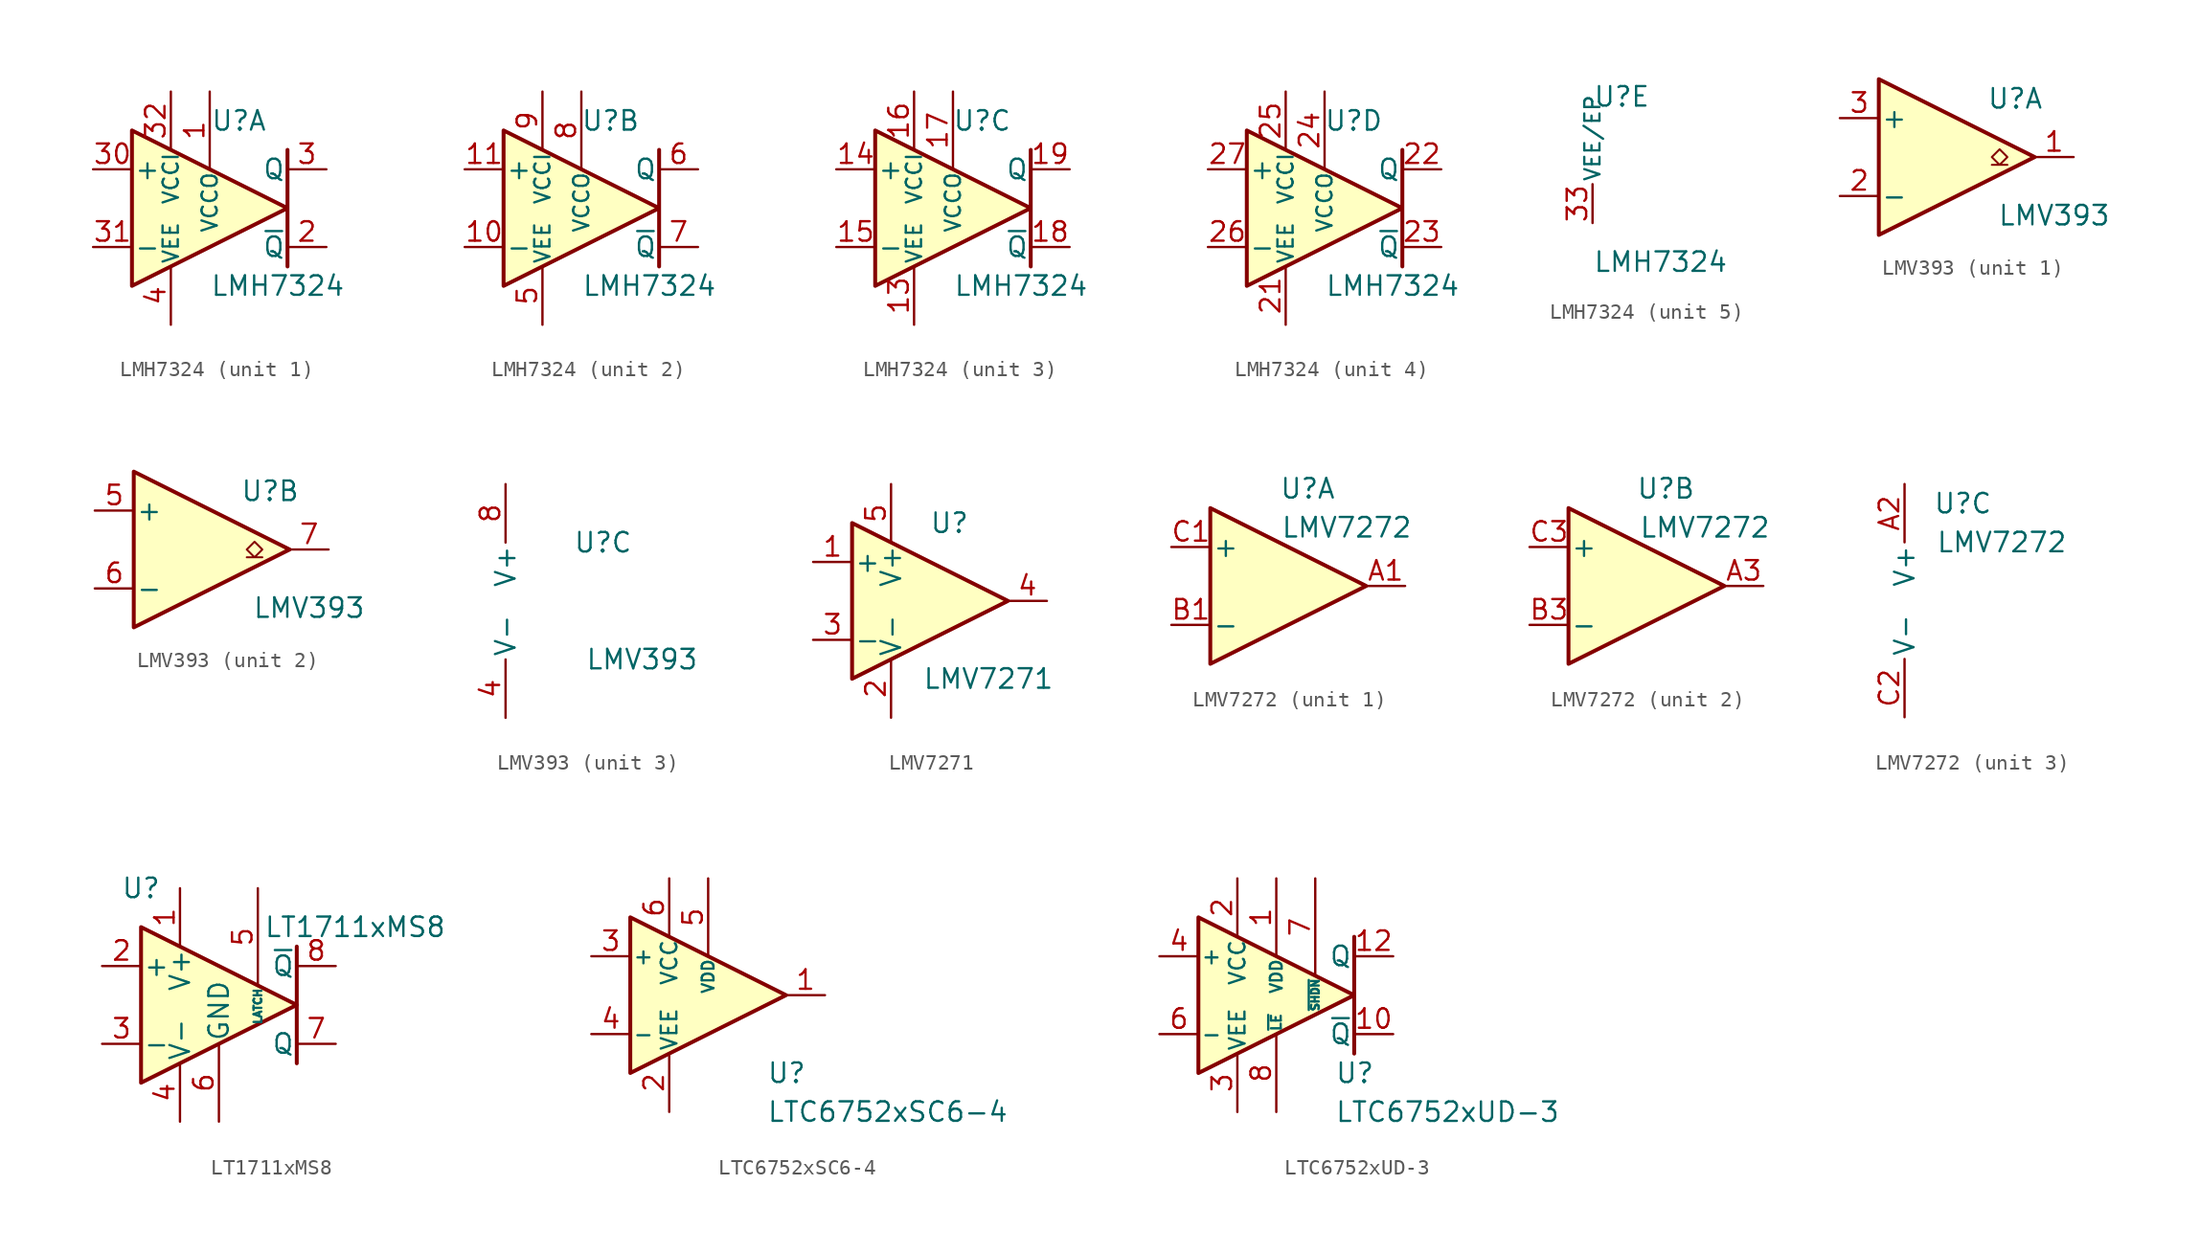
<source format=kicad_sym>
(kicad_symbol_lib
  (version 20211014)
  (generator kicad_symbol_editor)
  (symbol "LMH7324"
    (pin_names
      (offset 0.127))
    (property "Reference" "U"
      (at 1.905 5.715 0)
      (effects (font (size 1.27 1.27))))
    (property "Value" "LMH7324"
      (at 4.445 -5.08 0)
      (effects (font (size 1.27 1.27))))
    (property "ki_locked" ""
      (at 0 0 0)
      (effects (font (size 1.27 1.27))))
    (symbol "LMH7324_1_1"
      (polyline (pts (xy 5.08 3.81) (xy 5.08 0) (xy -5.08 5.08) (xy -5.08 -5.08) (xy 5.08 0) (xy 5.08 -3.81)) (stroke (width 0.254) (type default) (color 0 0 0 0)) (fill (type background)))
      (pin power_in line (at 0 7.62 270) (length 5.08) (name "VCCO" (effects (font (size 0.991 0.991)))) (number "1" (effects (font (size 1.27 1.27)))))
      (pin output line (at 7.62 -2.54 180) (length 2.54) (name "~{Q}" (effects (font (size 1.27 1.27)))) (number "2" (effects (font (size 1.27 1.27)))))
      (pin passive line (at -2.54 -7.62 90) (length 3.81) hide (name "VEE" (effects (font (size 0.991 0.991)))) (number "29" (effects (font (size 1.27 1.27)))))
      (pin output line (at 7.62 2.54 180) (length 2.54) (name "Q" (effects (font (size 1.27 1.27)))) (number "3" (effects (font (size 1.27 1.27)))))
      (pin input line (at -7.62 2.54 0) (length 2.54) (name "+" (effects (font (size 1.27 1.27)))) (number "30" (effects (font (size 1.27 1.27)))))
      (pin input line (at -7.62 -2.54 0) (length 2.54) (name "-" (effects (font (size 1.27 1.27)))) (number "31" (effects (font (size 1.27 1.27)))))
      (pin power_in line (at -2.54 7.62 270) (length 3.81) (name "VCCI" (effects (font (size 0.991 0.991)))) (number "32" (effects (font (size 1.27 1.27)))))
      (pin power_in line (at -2.54 -7.62 90) (length 3.81) (name "VEE" (effects (font (size 0.991 0.991)))) (number "4" (effects (font (size 1.27 1.27))))))
    (symbol "LMH7324_2_1"
      (polyline (pts (xy 5.08 3.81) (xy 5.08 0) (xy -5.08 5.08) (xy -5.08 -5.08) (xy 5.08 0) (xy 5.08 -3.81)) (stroke (width 0.254) (type default) (color 0 0 0 0)) (fill (type background)))
      (pin input line (at -7.62 -2.54 0) (length 2.54) (name "-" (effects (font (size 1.27 1.27)))) (number "10" (effects (font (size 1.27 1.27)))))
      (pin input line (at -7.62 2.54 0) (length 2.54) (name "+" (effects (font (size 1.27 1.27)))) (number "11" (effects (font (size 1.27 1.27)))))
      (pin passive line (at -2.54 -7.62 90) (length 3.81) hide (name "VEE" (effects (font (size 0.991 0.991)))) (number "12" (effects (font (size 1.27 1.27)))))
      (pin power_in line (at -2.54 -7.62 90) (length 3.81) (name "VEE" (effects (font (size 0.991 0.991)))) (number "5" (effects (font (size 1.27 1.27)))))
      (pin output line (at 7.62 2.54 180) (length 2.54) (name "Q" (effects (font (size 1.27 1.27)))) (number "6" (effects (font (size 1.27 1.27)))))
      (pin output line (at 7.62 -2.54 180) (length 2.54) (name "~{Q}" (effects (font (size 1.27 1.27)))) (number "7" (effects (font (size 1.27 1.27)))))
      (pin power_in line (at 0 7.62 270) (length 5.08) (name "VCCO" (effects (font (size 0.991 0.991)))) (number "8" (effects (font (size 1.27 1.27)))))
      (pin power_in line (at -2.54 7.62 270) (length 3.81) (name "VCCI" (effects (font (size 0.991 0.991)))) (number "9" (effects (font (size 1.27 1.27))))))
    (symbol "LMH7324_3_1"
      (polyline (pts (xy 5.08 3.81) (xy 5.08 0) (xy -5.08 5.08) (xy -5.08 -5.08) (xy 5.08 0) (xy 5.08 -3.81)) (stroke (width 0.254) (type default) (color 0 0 0 0)) (fill (type background)))
      (pin power_in line (at -2.54 -7.62 90) (length 3.81) (name "VEE" (effects (font (size 0.991 0.991)))) (number "13" (effects (font (size 1.27 1.27)))))
      (pin input line (at -7.62 2.54 0) (length 2.54) (name "+" (effects (font (size 1.27 1.27)))) (number "14" (effects (font (size 1.27 1.27)))))
      (pin input line (at -7.62 -2.54 0) (length 2.54) (name "-" (effects (font (size 1.27 1.27)))) (number "15" (effects (font (size 1.27 1.27)))))
      (pin power_in line (at -2.54 7.62 270) (length 3.81) (name "VCCI" (effects (font (size 0.991 0.991)))) (number "16" (effects (font (size 1.27 1.27)))))
      (pin power_in line (at 0 7.62 270) (length 5.08) (name "VCCO" (effects (font (size 0.991 0.991)))) (number "17" (effects (font (size 1.27 1.27)))))
      (pin output line (at 7.62 -2.54 180) (length 2.54) (name "~{Q}" (effects (font (size 1.27 1.27)))) (number "18" (effects (font (size 1.27 1.27)))))
      (pin output line (at 7.62 2.54 180) (length 2.54) (name "Q" (effects (font (size 1.27 1.27)))) (number "19" (effects (font (size 1.27 1.27)))))
      (pin passive line (at -2.54 -7.62 90) (length 3.81) hide (name "VEE" (effects (font (size 0.991 0.991)))) (number "20" (effects (font (size 1.27 1.27))))))
    (symbol "LMH7324_4_1"
      (polyline (pts (xy 5.08 3.81) (xy 5.08 0) (xy -5.08 5.08) (xy -5.08 -5.08) (xy 5.08 0) (xy 5.08 -3.81)) (stroke (width 0.254) (type default) (color 0 0 0 0)) (fill (type background)))
      (pin power_in line (at -2.54 -7.62 90) (length 3.81) (name "VEE" (effects (font (size 0.991 0.991)))) (number "21" (effects (font (size 1.27 1.27)))))
      (pin output line (at 7.62 2.54 180) (length 2.54) (name "Q" (effects (font (size 1.27 1.27)))) (number "22" (effects (font (size 1.27 1.27)))))
      (pin output line (at 7.62 -2.54 180) (length 2.54) (name "~{Q}" (effects (font (size 1.27 1.27)))) (number "23" (effects (font (size 1.27 1.27)))))
      (pin power_in line (at 0 7.62 270) (length 5.08) (name "VCCO" (effects (font (size 0.991 0.991)))) (number "24" (effects (font (size 1.27 1.27)))))
      (pin power_in line (at -2.54 7.62 270) (length 3.81) (name "VCCI" (effects (font (size 0.991 0.991)))) (number "25" (effects (font (size 1.27 1.27)))))
      (pin input line (at -7.62 -2.54 0) (length 2.54) (name "-" (effects (font (size 1.27 1.27)))) (number "26" (effects (font (size 1.27 1.27)))))
      (pin input line (at -7.62 2.54 0) (length 2.54) (name "+" (effects (font (size 1.27 1.27)))) (number "27" (effects (font (size 1.27 1.27)))))
      (pin passive line (at -2.54 -7.62 90) (length 3.81) hide (name "VEE" (effects (font (size 0.991 0.991)))) (number "28" (effects (font (size 1.27 1.27))))))
    (symbol "LMH7324_5_1"
      (pin power_in line (at 0 -2.54 90) (length 2.54) (name "VEE/EP" (effects (font (size 0.991 0.991)))) (number "33" (effects (font (size 1.27 1.27)))))))
  (symbol "LMV393"
    (pin_names
      (offset 0.127))
    (property "Reference" "U"
      (at 3.81 3.81 0)
      (effects (font (size 1.27 1.27))))
    (property "Value" "LMV393"
      (at 6.35 -3.81 0)
      (effects (font (size 1.27 1.27))))
    (property "ki_locked" ""
      (at 0 0 0)
      (effects (font (size 1.27 1.27))))
    (symbol "LMV393_1_1"
      (polyline (pts (xy -5.08 5.08) (xy 5.08 0) (xy -5.08 -5.08) (xy -5.08 5.08)) (stroke (width 0.254) (type default) (color 0 0 0 0)) (fill (type background)))
      (polyline (pts (xy 3.302 -0.508) (xy 2.794 -0.508) (xy 3.302 0) (xy 2.794 0.508) (xy 2.286 0) (xy 2.794 -0.508) (xy 2.286 -0.508)) (stroke (width 0.127) (type default) (color 0 0 0 0)) (fill (type none)))
      (pin open_collector line (at 7.62 0 180) (length 2.54) (name "~" (effects (font (size 1.27 1.27)))) (number "1" (effects (font (size 1.27 1.27)))))
      (pin input line (at -7.62 -2.54 0) (length 2.54) (name "-" (effects (font (size 1.27 1.27)))) (number "2" (effects (font (size 1.27 1.27)))))
      (pin input line (at -7.62 2.54 0) (length 2.54) (name "+" (effects (font (size 1.27 1.27)))) (number "3" (effects (font (size 1.27 1.27))))))
    (symbol "LMV393_2_1"
      (polyline (pts (xy -5.08 5.08) (xy 5.08 0) (xy -5.08 -5.08) (xy -5.08 5.08)) (stroke (width 0.254) (type default) (color 0 0 0 0)) (fill (type background)))
      (polyline (pts (xy 3.302 -0.508) (xy 2.794 -0.508) (xy 3.302 0) (xy 2.794 0.508) (xy 2.286 0) (xy 2.794 -0.508) (xy 2.286 -0.508)) (stroke (width 0.127) (type default) (color 0 0 0 0)) (fill (type none)))
      (pin input line (at -7.62 2.54 0) (length 2.54) (name "+" (effects (font (size 1.27 1.27)))) (number "5" (effects (font (size 1.27 1.27)))))
      (pin input line (at -7.62 -2.54 0) (length 2.54) (name "-" (effects (font (size 1.27 1.27)))) (number "6" (effects (font (size 1.27 1.27)))))
      (pin open_collector line (at 7.62 0 180) (length 2.54) (name "~" (effects (font (size 1.27 1.27)))) (number "7" (effects (font (size 1.27 1.27))))))
    (symbol "LMV393_3_1"
      (pin power_in line (at -2.54 -7.62 90) (length 3.81) (name "V-" (effects (font (size 1.27 1.27)))) (number "4" (effects (font (size 1.27 1.27)))))
      (pin power_in line (at -2.54 7.62 270) (length 3.81) (name "V+" (effects (font (size 1.27 1.27)))) (number "8" (effects (font (size 1.27 1.27)))))))
  (symbol "LMV7271"
    (pin_names
      (offset 0.127))
    (property "Reference" "U"
      (at 1.27 5.08 0)
      (effects (font (size 1.27 1.27))))
    (property "Value" "LMV7271"
      (at 3.81 -5.08 0)
      (effects (font (size 1.27 1.27))))
    (symbol "LMV7271_0_1"
      (polyline (pts (xy -5.08 5.08) (xy 5.08 0) (xy -5.08 -5.08) (xy -5.08 5.08)) (stroke (width 0.254) (type default) (color 0 0 0 0)) (fill (type background))))
    (symbol "LMV7271_1_1"
      (pin input line (at -7.62 2.54 0) (length 2.54) (name "+" (effects (font (size 1.27 1.27)))) (number "1" (effects (font (size 1.27 1.27)))))
      (pin power_in line (at -2.54 -7.62 90) (length 3.81) (name "V-" (effects (font (size 1.27 1.27)))) (number "2" (effects (font (size 1.27 1.27)))))
      (pin input line (at -7.62 -2.54 0) (length 2.54) (name "-" (effects (font (size 1.27 1.27)))) (number "3" (effects (font (size 1.27 1.27)))))
      (pin output line (at 7.62 0 180) (length 2.54) (name "~" (effects (font (size 1.27 1.27)))) (number "4" (effects (font (size 1.27 1.27)))))
      (pin power_in line (at -2.54 7.62 270) (length 3.81) (name "V+" (effects (font (size 1.27 1.27)))) (number "5" (effects (font (size 1.27 1.27)))))))
  (symbol "LMV7272"
    (pin_names
      (offset 0.127))
    (property "Reference" "U"
      (at 1.27 6.35 0)
      (effects (font (size 1.27 1.27))))
    (property "Value" "LMV7272"
      (at 3.81 3.81 0)
      (effects (font (size 1.27 1.27))))
    (property "ki_locked" ""
      (at 0 0 0)
      (effects (font (size 1.27 1.27))))
    (symbol "LMV7272_1_1"
      (polyline (pts (xy -5.08 5.08) (xy 5.08 0) (xy -5.08 -5.08) (xy -5.08 5.08)) (stroke (width 0.254) (type default) (color 0 0 0 0)) (fill (type background)))
      (pin output line (at 7.62 0 180) (length 2.54) (name "~" (effects (font (size 1.27 1.27)))) (number "A1" (effects (font (size 1.27 1.27)))))
      (pin input line (at -7.62 -2.54 0) (length 2.54) (name "-" (effects (font (size 1.27 1.27)))) (number "B1" (effects (font (size 1.27 1.27)))))
      (pin input line (at -7.62 2.54 0) (length 2.54) (name "+" (effects (font (size 1.27 1.27)))) (number "C1" (effects (font (size 1.27 1.27))))))
    (symbol "LMV7272_2_1"
      (polyline (pts (xy -5.08 2.54) (xy -5.08 5.08) (xy 5.08 0) (xy -5.08 -5.08) (xy -5.08 2.54)) (stroke (width 0.254) (type default) (color 0 0 0 0)) (fill (type background)))
      (pin output line (at 7.62 0 180) (length 2.54) (name "~" (effects (font (size 1.27 1.27)))) (number "A3" (effects (font (size 1.27 1.27)))))
      (pin input line (at -7.62 -2.54 0) (length 2.54) (name "-" (effects (font (size 1.27 1.27)))) (number "B3" (effects (font (size 1.27 1.27)))))
      (pin input line (at -7.62 2.54 0) (length 2.54) (name "+" (effects (font (size 1.27 1.27)))) (number "C3" (effects (font (size 1.27 1.27))))))
    (symbol "LMV7272_3_1"
      (pin power_in line (at -2.54 7.62 270) (length 3.81) (name "V+" (effects (font (size 1.27 1.27)))) (number "A2" (effects (font (size 1.27 1.27)))))
      (pin power_in line (at -2.54 -7.62 90) (length 3.81) (name "V-" (effects (font (size 1.27 1.27)))) (number "C2" (effects (font (size 1.27 1.27)))))))
  (symbol "LT1711xMS8"
    (pin_names
      (offset 0.127))
    (property "Reference" "U"
      (at -5.08 7.62 0)
      (effects (font (size 1.27 1.27))))
    (property "Value" "LT1711xMS8"
      (at 8.89 5.08 0)
      (effects (font (size 1.27 1.27))))
    (symbol "LT1711xMS8_0_1"
      (polyline (pts (xy 5.08 3.81) (xy 5.08 -3.81)) (stroke (width 0.254) (type default) (color 0 0 0 0)) (fill (type none)))
      (polyline (pts (xy -5.08 5.08) (xy 5.08 0) (xy -5.08 -5.08) (xy -5.08 5.08)) (stroke (width 0.254) (type default) (color 0 0 0 0)) (fill (type background))))
    (symbol "LT1711xMS8_1_1"
      (pin power_in line (at -2.54 7.62 270) (length 3.81) (name "V+" (effects (font (size 1.27 1.27)))) (number "1" (effects (font (size 1.27 1.27)))))
      (pin input line (at -7.62 2.54 0) (length 2.54) (name "+" (effects (font (size 1.27 1.27)))) (number "2" (effects (font (size 1.27 1.27)))))
      (pin input line (at -7.62 -2.54 0) (length 2.54) (name "-" (effects (font (size 1.27 1.27)))) (number "3" (effects (font (size 1.27 1.27)))))
      (pin power_in line (at -2.54 -7.62 90) (length 3.81) (name "V-" (effects (font (size 1.27 1.27)))) (number "4" (effects (font (size 1.27 1.27)))))
      (pin input line (at 2.54 7.62 270) (length 6.35) (name "LATCH" (effects (font (size 0.508 0.508)))) (number "5" (effects (font (size 1.27 1.27)))))
      (pin power_in line (at 0 -7.62 90) (length 5.08) (name "GND" (effects (font (size 1.27 1.27)))) (number "6" (effects (font (size 1.27 1.27)))))
      (pin output line (at 7.62 -2.54 180) (length 2.54) (name "Q" (effects (font (size 1.27 1.27)))) (number "7" (effects (font (size 1.27 1.27)))))
      (pin output line (at 7.62 2.54 180) (length 2.54) (name "~{Q}" (effects (font (size 1.27 1.27)))) (number "8" (effects (font (size 1.27 1.27)))))))
  (symbol "LTC6752xSC6-4"
    (pin_names
      (offset 0.127))
    (property "Reference" "U"
      (at 3.81 -5.08 0)
      (effects (font (size 1.27 1.27)) (justify left)))
    (property "Value" "LTC6752xSC6-4"
      (at 3.81 -7.62 0)
      (effects (font (size 1.27 1.27)) (justify left)))
    (symbol "LTC6752xSC6-4_1_1"
      (polyline (pts (xy -5.08 5.08) (xy 5.08 0) (xy -5.08 -5.08) (xy -5.08 5.08)) (stroke (width 0.254) (type default) (color 0 0 0 0)) (fill (type background)))
      (pin output line (at 7.62 0 180) (length 2.54) (name "~" (effects (font (size 1.27 1.27)))) (number "1" (effects (font (size 1.27 1.27)))))
      (pin power_in line (at -2.54 -7.62 90) (length 3.81) (name "VEE" (effects (font (size 1.016 1.016)))) (number "2" (effects (font (size 1.27 1.27)))))
      (pin input line (at -7.62 2.54 0) (length 2.54) (name "+" (effects (font (size 1.016 1.016)))) (number "3" (effects (font (size 1.27 1.27)))))
      (pin input line (at -7.62 -2.54 0) (length 2.54) (name "-" (effects (font (size 1.016 1.016)))) (number "4" (effects (font (size 1.27 1.27)))))
      (pin power_in line (at 0 7.62 270) (length 5.08) (name "VDD" (effects (font (size 0.762 0.762)))) (number "5" (effects (font (size 1.27 1.27)))))
      (pin power_in line (at -2.54 7.62 270) (length 3.81) (name "VCC" (effects (font (size 1.016 1.016)))) (number "6" (effects (font (size 1.27 1.27)))))))
  (symbol "LTC6752xUD-3"
    (pin_names
      (offset 0.127))
    (property "Reference" "U"
      (at 3.81 -5.08 0)
      (effects (font (size 1.27 1.27)) (justify left)))
    (property "Value" "LTC6752xUD-3"
      (at 3.81 -7.62 0)
      (effects (font (size 1.27 1.27)) (justify left)))
    (symbol "LTC6752xUD-3_0_1"
      (polyline (pts (xy 5.08 3.81) (xy 5.08 0) (xy -5.08 5.08) (xy -5.08 -5.08) (xy 5.08 0) (xy 5.08 -3.81)) (stroke (width 0.254) (type default) (color 0 0 0 0)) (fill (type background))))
    (symbol "LTC6752xUD-3_1_1"
      (pin power_in line (at 0 7.62 270) (length 5.08) (name "VDD" (effects (font (size 0.762 0.762)))) (number "1" (effects (font (size 1.27 1.27)))))
      (pin output line (at 7.62 -2.54 180) (length 2.54) (name "~{Q}" (effects (font (size 1.27 1.27)))) (number "10" (effects (font (size 1.27 1.27)))))
      (pin no_connect line (at 5.08 0 180) (length 2.54) hide (name "NC" (effects (font (size 1.27 1.27)))) (number "11" (effects (font (size 1.27 1.27)))))
      (pin output line (at 7.62 2.54 180) (length 2.54) (name "Q" (effects (font (size 1.27 1.27)))) (number "12" (effects (font (size 1.27 1.27)))))
      (pin passive line (at -2.54 -7.62 90) (length 3.81) hide (name "VEE" (effects (font (size 1.016 1.016)))) (number "13" (effects (font (size 1.27 1.27)))))
      (pin power_in line (at -2.54 7.62 270) (length 3.81) (name "VCC" (effects (font (size 1.016 1.016)))) (number "2" (effects (font (size 1.27 1.27)))))
      (pin power_in line (at -2.54 -7.62 90) (length 3.81) (name "VEE" (effects (font (size 1.016 1.016)))) (number "3" (effects (font (size 1.27 1.27)))))
      (pin input line (at -7.62 2.54 0) (length 2.54) (name "+" (effects (font (size 1.016 1.016)))) (number "4" (effects (font (size 1.27 1.27)))))
      (pin no_connect line (at -5.08 0 0) (length 2.54) hide (name "NC" (effects (font (size 1.27 1.27)))) (number "5" (effects (font (size 1.27 1.27)))))
      (pin input line (at -7.62 -2.54 0) (length 2.54) (name "-" (effects (font (size 1.016 1.016)))) (number "6" (effects (font (size 1.27 1.27)))))
      (pin input line (at 2.54 7.62 270) (length 6.35) (name "~{SHDN}" (effects (font (size 0.508 0.508)))) (number "7" (effects (font (size 1.27 1.27)))))
      (pin input line (at 0 -7.62 90) (length 5.08) (name "~{LE}" (effects (font (size 0.635 0.635)))) (number "8" (effects (font (size 1.27 1.27)))))
      (pin passive line (at -2.54 -7.62 90) (length 3.81) hide (name "VEE" (effects (font (size 1.016 1.016)))) (number "9" (effects (font (size 1.27 1.27))))))))
</source>
